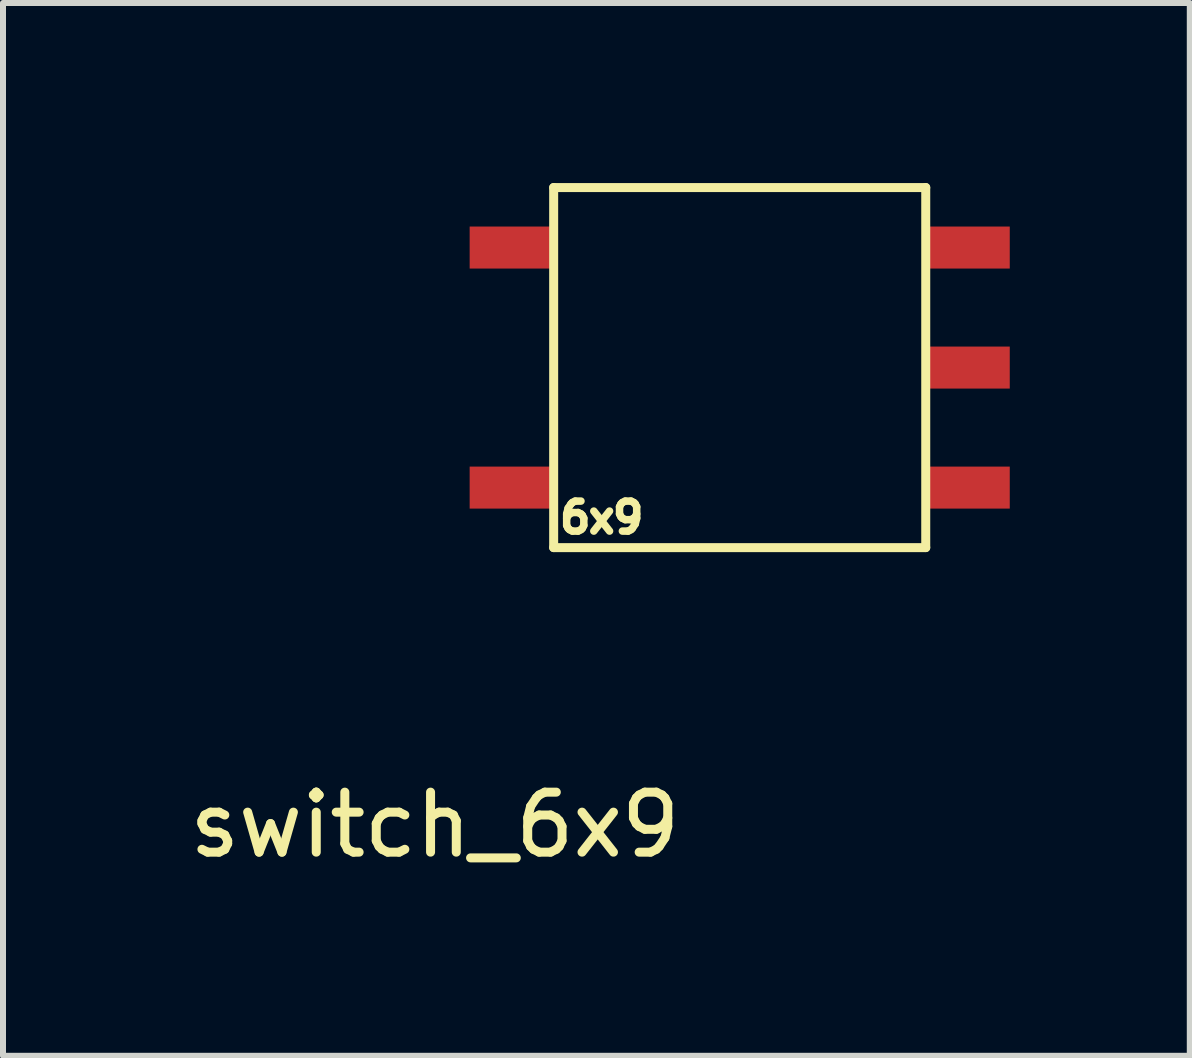
<source format=kicad_pcb>
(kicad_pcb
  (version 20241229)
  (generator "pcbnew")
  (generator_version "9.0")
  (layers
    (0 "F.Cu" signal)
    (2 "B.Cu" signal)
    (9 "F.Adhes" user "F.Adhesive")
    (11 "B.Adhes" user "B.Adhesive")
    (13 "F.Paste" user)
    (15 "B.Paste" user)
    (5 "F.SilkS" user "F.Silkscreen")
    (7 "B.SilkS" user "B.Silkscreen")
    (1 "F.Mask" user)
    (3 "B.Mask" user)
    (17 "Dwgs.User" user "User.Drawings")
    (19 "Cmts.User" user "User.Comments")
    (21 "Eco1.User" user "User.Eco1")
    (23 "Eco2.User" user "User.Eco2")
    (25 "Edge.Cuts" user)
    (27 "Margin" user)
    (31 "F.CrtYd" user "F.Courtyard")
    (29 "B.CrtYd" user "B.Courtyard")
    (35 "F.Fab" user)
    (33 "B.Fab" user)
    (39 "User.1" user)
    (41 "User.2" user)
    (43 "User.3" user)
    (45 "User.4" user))
  (footprint "switch_6x9"
    (layer "F.Cu")
    (at 9.276 3.075)
    (property "Reference" "switch_6x9" (at -5.08 7.62 0) (layer "F.SilkS") (effects (font (size 1 1) (thickness 0.15))))
    (attr through_hole)
    (fp_line (start -3.1 -3) (end -3.1 3) (stroke (width 0.15) (type solid)) (layer "F.SilkS"))
    (fp_line (start -3.1 -3) (end 3.1 -3) (stroke (width 0.15) (type solid)) (layer "F.SilkS"))
    (fp_line (start -3.1 3) (end 3.1 3) (stroke (width 0.15) (type solid)) (layer "F.SilkS"))
    (fp_line (start 3.1 -3) (end 3.1 3) (stroke (width 0.15) (type solid)) (layer "F.SilkS"))
    (fp_text user "6x9" (at -2.3 2.5 0) (layer "F.SilkS") (effects (font (size 0.5 0.5) (thickness 0.125))))
    (pad "1" smd rect (at -3.8 -2) (size 1.4 0.7) (layers "F.Cu" "F.Mask" "F.Paste"))
    (pad "2" smd rect (at 3.8 -2) (size 1.4 0.7) (layers "F.Cu" "F.Mask" "F.Paste"))
    (pad "3" smd rect (at -3.8 2) (size 1.4 0.7) (layers "F.Cu" "F.Mask" "F.Paste"))
    (pad "4" smd rect (at 3.8 2) (size 1.4 0.7) (layers "F.Cu" "F.Mask" "F.Paste"))
    (pad "5" smd rect (at 3.8 0) (size 1.4 0.7) (layers "F.Cu" "F.Mask" "F.Paste")))
  (gr_rect
    (start -3 -3)
    (end 16.776 14.543)
    (stroke (width 0.1) (type default))
    (fill no)
    (layer "Edge.Cuts")))
</source>
